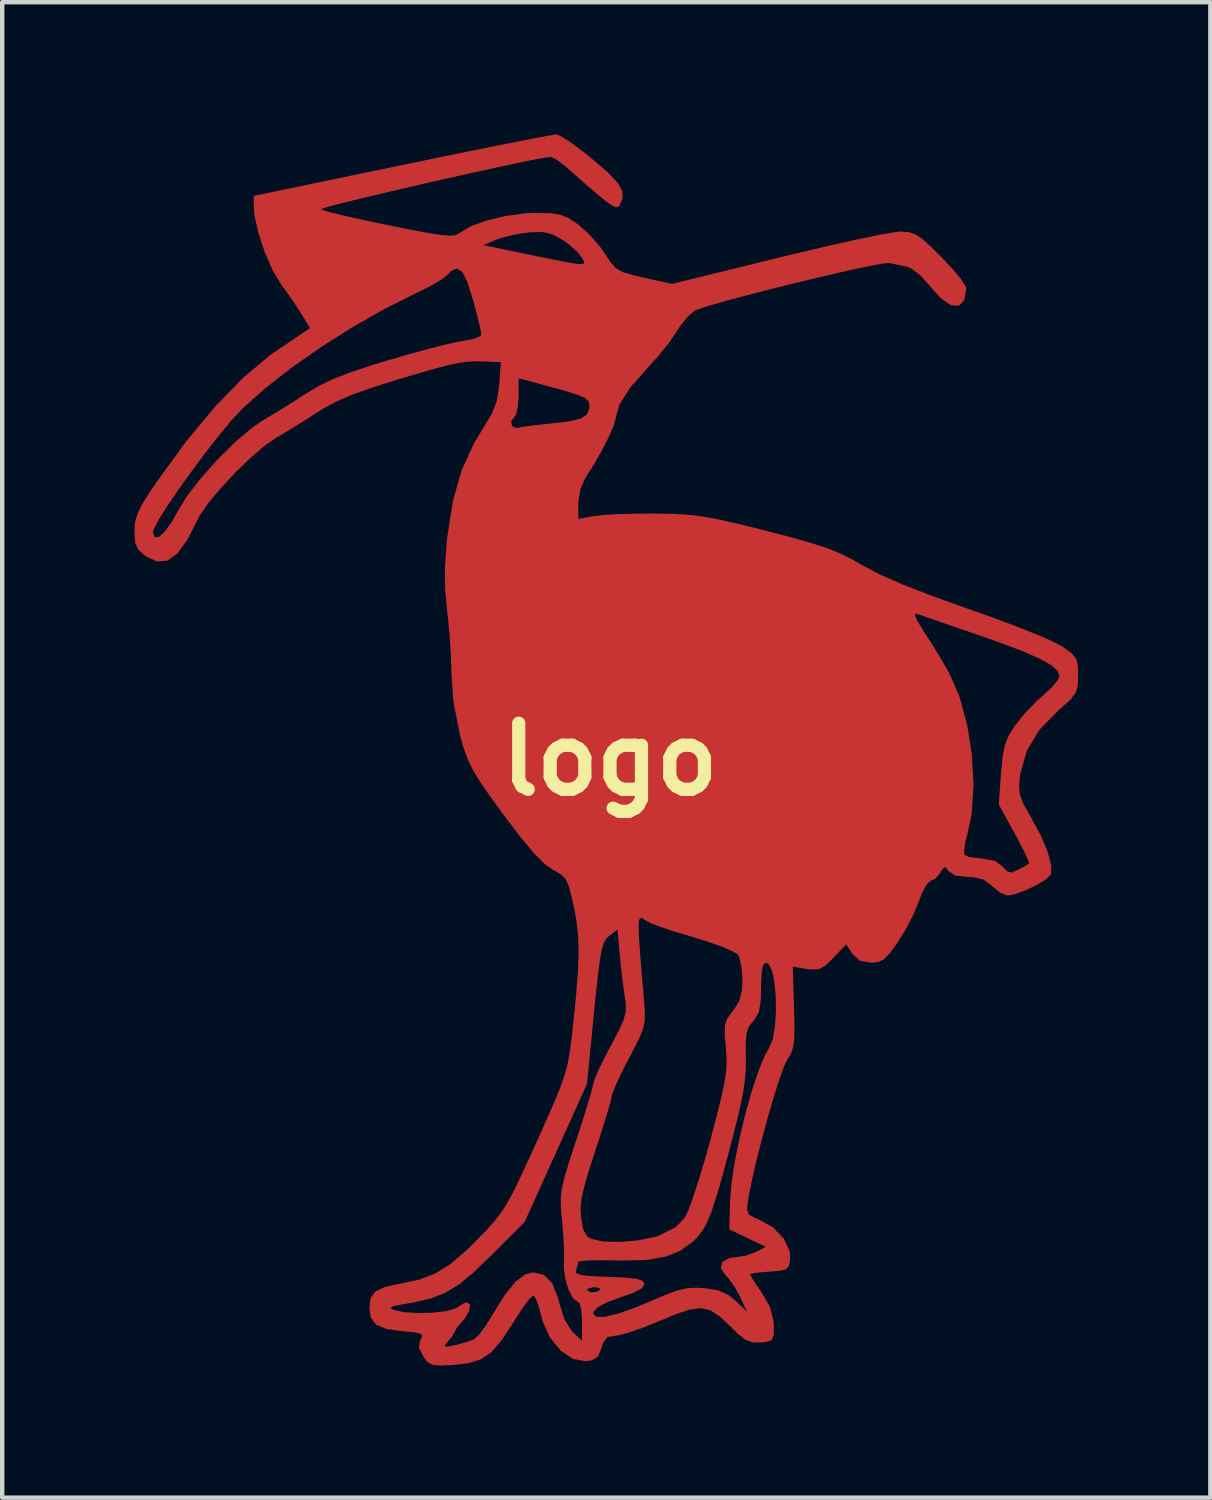
<source format=kicad_pcb>
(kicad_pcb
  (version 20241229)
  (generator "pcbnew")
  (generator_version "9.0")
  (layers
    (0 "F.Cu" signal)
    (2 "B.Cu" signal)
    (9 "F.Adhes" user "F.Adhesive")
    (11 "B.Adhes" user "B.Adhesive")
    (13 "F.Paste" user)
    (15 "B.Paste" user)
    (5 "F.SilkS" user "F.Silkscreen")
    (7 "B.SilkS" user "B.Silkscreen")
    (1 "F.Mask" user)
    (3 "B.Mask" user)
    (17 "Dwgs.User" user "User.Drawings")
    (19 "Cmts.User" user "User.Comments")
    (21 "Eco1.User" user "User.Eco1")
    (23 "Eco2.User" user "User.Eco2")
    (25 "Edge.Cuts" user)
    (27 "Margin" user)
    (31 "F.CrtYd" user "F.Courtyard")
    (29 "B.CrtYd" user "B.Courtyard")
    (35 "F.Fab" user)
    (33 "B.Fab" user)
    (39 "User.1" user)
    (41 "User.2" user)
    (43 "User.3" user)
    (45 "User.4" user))
  (footprint "logo"
    (layer "F.Cu")
    (at 10.795 14.186)
    (property "Reference" "logo" (at 0 0 0) (layer "F.SilkS") (effects (font (size 1.5 1.5) (thickness 0.3))))
    (attr board_only exclude_from_pos_files exclude_from_bom)
    (fp_poly (pts (xy -1.09 -14.132) (xy -0.875 -13.991) (xy -0.599 -13.786) (xy -0.387 -13.615) (xy -0.041 -13.315) (xy 0.177 -13.084) (xy 0.281 -12.898) (xy 0.287 -12.733) (xy 0.217 -12.578) (xy 0.179 -12.539) (xy 0.123 -12.536) (xy 0.029 -12.582) (xy -0.121 -12.691) (xy -0.345 -12.876) (xy -0.661 -13.151) (xy -1.008 -13.456) (xy -1.19 -13.597) (xy -1.33 -13.671) (xy -1.35 -13.674) (xy -1.487 -13.656) (xy -1.756 -13.606) (xy -2.134 -13.529) (xy -2.595 -13.43) (xy -3.116 -13.316) (xy -3.672 -13.192) (xy -4.241 -13.063) (xy -4.797 -12.934) (xy -5.317 -12.812) (xy -5.776 -12.701) (xy -6.151 -12.608) (xy -6.417 -12.537) (xy -6.551 -12.494) (xy -6.562 -12.486) (xy -6.483 -12.454) (xy -6.264 -12.396) (xy -5.932 -12.317) (xy -5.511 -12.224) (xy -5.059 -12.13) (xy -4.515 -12.021) (xy -4.112 -11.946) (xy -3.827 -11.902) (xy -3.636 -11.887) (xy -3.514 -11.897) (xy -3.439 -11.931) (xy -3.423 -11.944) (xy -3.174 -12.095) (xy -2.808 -12.23) (xy -2.374 -12.334) (xy -1.925 -12.394) (xy -1.693 -12.404) (xy -1.355 -12.396) (xy -1.122 -12.36) (xy -0.931 -12.28) (xy -0.725 -12.144) (xy -0.464 -11.911) (xy -0.211 -11.617) (xy -0.115 -11.479) (xy 0.022 -11.271) (xy 0.146 -11.139) (xy 0.307 -11.053) (xy 0.554 -10.983) (xy 0.774 -10.933) (xy 1.411 -10.793) (xy 3.824 -11.387) (xy 4.456 -11.539) (xy 5.051 -11.677) (xy 5.584 -11.796) (xy 6.031 -11.889) (xy 6.368 -11.952) (xy 6.57 -11.98) (xy 6.592 -11.98) (xy 6.769 -11.97) (xy 6.918 -11.925) (xy 7.078 -11.822) (xy 7.284 -11.637) (xy 7.516 -11.407) (xy 7.764 -11.144) (xy 7.957 -10.912) (xy 8.068 -10.745) (xy 8.086 -10.694) (xy 8.042 -10.425) (xy 7.921 -10.296) (xy 7.739 -10.309) (xy 7.512 -10.462) (xy 7.289 -10.711) (xy 7.048 -10.983) (xy 6.828 -11.149) (xy 6.742 -11.182) (xy 6.493 -11.234) (xy 6.33 -11.267) (xy 6.202 -11.257) (xy 5.938 -11.209) (xy 5.566 -11.131) (xy 5.113 -11.029) (xy 4.607 -10.91) (xy 4.075 -10.781) (xy 3.547 -10.648) (xy 3.048 -10.519) (xy 2.606 -10.4) (xy 2.25 -10.298) (xy 2.007 -10.22) (xy 1.926 -10.187) (xy 1.771 -10.057) (xy 1.595 -9.839) (xy 1.517 -9.718) (xy 1.346 -9.467) (xy 1.104 -9.164) (xy 0.843 -8.875) (xy 0.84 -8.872) (xy 0.452 -8.43) (xy 0.216 -8.06) (xy 0.128 -7.758) (xy 0.127 -7.733) (xy 0.085 -7.577) (xy -0.027 -7.321) (xy -0.187 -7.008) (xy -0.373 -6.681) (xy -0.563 -6.383) (xy -0.565 -6.379) (xy -0.673 -6.13) (xy -0.719 -5.827) (xy -0.72 -5.807) (xy -0.72 -5.459) (xy -0.36 -5.524) (xy -0.13 -5.549) (xy 0.219 -5.568) (xy 0.638 -5.579) (xy 1.016 -5.58) (xy 1.402 -5.574) (xy 1.733 -5.556) (xy 2.048 -5.521) (xy 2.388 -5.462) (xy 2.794 -5.374) (xy 3.306 -5.249) (xy 3.556 -5.185) (xy 4.137 -5.034) (xy 4.586 -4.906) (xy 4.938 -4.791) (xy 5.227 -4.674) (xy 5.487 -4.546) (xy 5.715 -4.414) (xy 6.117 -4.201) (xy 6.666 -3.96) (xy 7.369 -3.688) (xy 8.128 -3.418) (xy 8.671 -3.226) (xy 9.181 -3.035) (xy 9.629 -2.858) (xy 9.985 -2.706) (xy 10.219 -2.591) (xy 10.266 -2.563) (xy 10.48 -2.407) (xy 10.586 -2.271) (xy 10.622 -2.086) (xy 10.626 -1.906) (xy 10.617 -1.676) (xy 10.571 -1.513) (xy 10.459 -1.364) (xy 10.249 -1.174) (xy 10.194 -1.128) (xy 9.749 -0.677) (xy 9.459 -0.198) (xy 9.312 0.33) (xy 9.308 0.358) (xy 9.284 0.608) (xy 9.303 0.803) (xy 9.381 1.005) (xy 9.534 1.279) (xy 9.553 1.312) (xy 9.782 1.736) (xy 9.94 2.117) (xy 10.017 2.423) (xy 10.007 2.612) (xy 9.903 2.717) (xy 9.695 2.845) (xy 9.438 2.968) (xy 9.19 3.059) (xy 9.021 3.09) (xy 8.868 3.032) (xy 8.69 2.891) (xy 8.678 2.879) (xy 8.48 2.727) (xy 8.226 2.67) (xy 8.117 2.667) (xy 7.831 2.635) (xy 7.682 2.535) (xy 7.677 2.526) (xy 7.609 2.44) (xy 7.544 2.492) (xy 7.5 2.569) (xy 7.381 2.71) (xy 7.285 2.752) (xy 7.194 2.827) (xy 7.087 3.023) (xy 7.021 3.196) (xy 6.891 3.511) (xy 6.704 3.871) (xy 6.546 4.127) (xy 6.36 4.388) (xy 6.221 4.535) (xy 6.087 4.6) (xy 5.925 4.614) (xy 5.674 4.571) (xy 5.505 4.417) (xy 5.497 4.405) (xy 5.36 4.196) (xy 5.073 4.501) (xy 4.883 4.684) (xy 4.731 4.764) (xy 4.55 4.766) (xy 4.467 4.755) (xy 4.149 4.704) (xy 4.177 5.63) (xy 4.187 6.048) (xy 4.182 6.335) (xy 4.158 6.531) (xy 4.109 6.674) (xy 4.031 6.802) (xy 4.025 6.811) (xy 3.947 6.973) (xy 3.842 7.266) (xy 3.718 7.657) (xy 3.585 8.112) (xy 3.453 8.598) (xy 3.33 9.08) (xy 3.226 9.526) (xy 3.15 9.902) (xy 3.135 9.993) (xy 3.111 10.214) (xy 3.152 10.332) (xy 3.292 10.41) (xy 3.378 10.442) (xy 3.698 10.62) (xy 3.942 10.874) (xy 4.076 11.162) (xy 4.09 11.336) (xy 4.064 11.49) (xy 3.998 11.571) (xy 3.844 11.608) (xy 3.619 11.625) (xy 3.371 11.645) (xy 3.21 11.67) (xy 3.175 11.686) (xy 3.22 11.769) (xy 3.335 11.945) (xy 3.443 12.101) (xy 3.638 12.444) (xy 3.714 12.772) (xy 3.718 12.844) (xy 3.715 13.072) (xy 3.667 13.181) (xy 3.537 13.222) (xy 3.42 13.234) (xy 3.232 13.231) (xy 3.072 13.17) (xy 2.887 13.022) (xy 2.742 12.88) (xy 2.493 12.644) (xy 2.278 12.503) (xy 2.058 12.453) (xy 1.793 12.49) (xy 1.445 12.611) (xy 1.144 12.737) (xy 0.783 12.884) (xy 0.455 13) (xy 0.207 13.068) (xy 0.115 13.081) (xy -0.06 13.111) (xy -0.155 13.235) (xy -0.193 13.356) (xy -0.272 13.553) (xy -0.413 13.638) (xy -0.545 13.659) (xy -0.84 13.608) (xy -1.122 13.418) (xy -1.363 13.12) (xy -1.532 12.744) (xy -1.57 12.596) (xy -1.636 12.352) (xy -1.708 12.199) (xy -1.753 12.17) (xy -1.836 12.252) (xy -1.977 12.443) (xy -2.15 12.706) (xy -2.198 12.785) (xy -2.459 13.182) (xy -2.69 13.45) (xy -2.931 13.616) (xy -3.218 13.705) (xy -3.549 13.743) (xy -3.847 13.756) (xy -4.026 13.741) (xy -4.137 13.682) (xy -4.229 13.565) (xy -4.24 13.548) (xy -4.336 13.353) (xy -4.316 13.203) (xy -4.296 13.167) (xy -4.259 13.082) (xy -4.303 13.031) (xy -4.459 13) (xy -4.697 12.98) (xy -5.075 12.928) (xy -5.312 12.828) (xy -5.432 12.661) (xy -5.461 12.447) (xy -4.983 12.447) (xy -4.917 12.492) (xy -4.911 12.494) (xy -4.68 12.545) (xy -4.365 12.566) (xy -4.027 12.557) (xy -3.722 12.523) (xy -3.511 12.464) (xy -3.476 12.443) (xy -3.323 12.347) (xy -3.243 12.319) (xy -3.176 12.378) (xy -3.198 12.518) (xy -3.295 12.687) (xy -3.344 12.742) (xy -3.468 12.884) (xy -3.514 12.968) (xy -3.564 13.068) (xy -3.662 13.191) (xy -3.75 13.298) (xy -3.727 13.33) (xy -3.57 13.305) (xy -3.514 13.293) (xy -3.272 13.23) (xy -3.087 13.162) (xy -3.078 13.158) (xy -2.964 13.048) (xy -2.81 12.838) (xy -2.685 12.634) (xy -2.399 12.169) (xy -2.147 11.857) (xy -1.92 11.685) (xy -1.741 11.642) (xy -1.493 11.703) (xy -1.308 11.896) (xy -1.174 12.237) (xy -1.141 12.376) (xy -1.03 12.715) (xy -0.872 12.97) (xy -0.842 13.001) (xy -0.635 13.195) (xy -0.635 12.757) (xy -0.649 12.511) (xy -0.686 12.352) (xy -0.717 12.319) (xy -0.831 12.243) (xy -0.93 12.061) (xy -0.51 12.061) (xy -0.413 12.099) (xy -0.28 12.078) (xy -0.212 12.015) (xy -0.212 12.014) (xy -0.283 11.987) (xy -0.386 11.98) (xy -0.504 12.012) (xy -0.51 12.061) (xy -0.93 12.061) (xy -0.936 12.05) (xy -1.015 11.792) (xy -1.032 11.652) (xy -0.771 11.652) (xy -0.697 11.693) (xy -0.522 11.72) (xy -0.218 11.738) (xy -0.03 11.744) (xy 0.358 11.762) (xy 0.604 11.79) (xy 0.737 11.833) (xy 0.783 11.896) (xy 0.73 11.998) (xy 0.525 12.107) (xy 0.319 12.181) (xy -0.054 12.315) (xy -0.279 12.433) (xy -0.375 12.544) (xy -0.381 12.583) (xy -0.31 12.654) (xy -0.109 12.649) (xy 0.202 12.573) (xy 0.602 12.431) (xy 0.89 12.309) (xy 1.273 12.146) (xy 1.553 12.046) (xy 1.779 11.998) (xy 1.998 11.991) (xy 2.13 11.999) (xy 2.457 12.05) (xy 2.694 12.159) (xy 2.846 12.284) (xy 3.105 12.531) (xy 2.95 12.192) (xy 2.814 11.947) (xy 2.669 11.754) (xy 2.632 11.718) (xy 2.516 11.551) (xy 2.55 11.403) (xy 2.715 11.314) (xy 2.824 11.303) (xy 3.088 11.262) (xy 3.303 11.183) (xy 3.535 11.062) (xy 3.122 10.865) (xy 2.709 10.668) (xy 2.724 10.033) (xy 2.756 9.624) (xy 2.832 9.129) (xy 2.942 8.587) (xy 3.075 8.035) (xy 3.223 7.512) (xy 3.375 7.056) (xy 3.521 6.704) (xy 3.61 6.549) (xy 3.692 6.351) (xy 3.743 6.062) (xy 3.766 5.722) (xy 3.761 5.369) (xy 3.73 5.044) (xy 3.674 4.787) (xy 3.595 4.637) (xy 3.544 4.614) (xy 3.479 4.662) (xy 3.442 4.824) (xy 3.429 5.125) (xy 3.429 5.18) (xy 3.418 5.513) (xy 3.378 5.731) (xy 3.295 5.885) (xy 3.247 5.941) (xy 3.151 6.067) (xy 3.098 6.22) (xy 3.079 6.45) (xy 3.083 6.763) (xy 3.082 7.036) (xy 3.058 7.317) (xy 3.007 7.639) (xy 2.92 8.037) (xy 2.793 8.546) (xy 2.716 8.84) (xy 2.555 9.439) (xy 2.422 9.899) (xy 2.311 10.243) (xy 2.209 10.497) (xy 2.108 10.683) (xy 1.999 10.828) (xy 1.892 10.936) (xy 1.601 11.149) (xy 1.255 11.288) (xy 0.819 11.361) (xy 0.26 11.375) (xy 0.135 11.372) (xy -0.222 11.366) (xy -0.506 11.371) (xy -0.681 11.386) (xy -0.72 11.402) (xy -0.747 11.523) (xy -0.77 11.589) (xy -0.771 11.652) (xy -1.032 11.652) (xy -1.048 11.52) (xy -1.046 11.443) (xy -1.042 11.178) (xy -1.058 10.823) (xy -1.089 10.456) (xy -1.113 10.207) (xy -0.668 10.207) (xy -0.658 10.4) (xy -0.606 10.676) (xy -0.519 10.828) (xy -0.433 10.881) (xy -0.154 10.941) (xy 0.222 10.952) (xy 0.632 10.917) (xy 1.01 10.84) (xy 1.099 10.812) (xy 1.484 10.621) (xy 1.698 10.401) (xy 1.778 10.234) (xy 1.887 9.935) (xy 2.018 9.536) (xy 2.157 9.069) (xy 2.281 8.624) (xy 2.426 8.074) (xy 2.53 7.656) (xy 2.598 7.337) (xy 2.635 7.085) (xy 2.647 6.87) (xy 2.639 6.659) (xy 2.628 6.539) (xy 2.603 6.225) (xy 2.611 6.023) (xy 2.663 5.876) (xy 2.77 5.729) (xy 2.789 5.706) (xy 2.93 5.493) (xy 2.994 5.251) (xy 3.006 5.005) (xy 2.986 4.725) (xy 2.937 4.502) (xy 2.9 4.428) (xy 2.78 4.353) (xy 2.533 4.248) (xy 2.196 4.129) (xy 1.839 4.019) (xy 1.461 3.906) (xy 1.145 3.801) (xy 0.927 3.719) (xy 0.839 3.671) (xy 0.723 3.6) (xy 0.705 3.598) (xy 0.675 3.612) (xy 0.656 3.668) (xy 0.649 3.786) (xy 0.655 3.986) (xy 0.674 4.289) (xy 0.708 4.715) (xy 0.756 5.284) (xy 0.77 5.435) (xy 0.791 5.72) (xy 0.788 5.932) (xy 0.748 6.122) (xy 0.658 6.341) (xy 0.506 6.641) (xy 0.433 6.778) (xy 0.265 7.105) (xy 0.134 7.384) (xy 0.056 7.576) (xy 0.042 7.633) (xy 0.017 7.754) (xy -0.054 8.003) (xy -0.16 8.345) (xy -0.29 8.749) (xy -0.331 8.872) (xy -0.488 9.356) (xy -0.591 9.716) (xy -0.649 9.988) (xy -0.668 10.207) (xy -1.113 10.207) (xy -1.113 10.2) (xy -1.119 9.989) (xy -1.1 9.783) (xy -1.05 9.545) (xy -0.96 9.236) (xy -0.825 8.818) (xy -0.769 8.65) (xy -0.631 8.225) (xy -0.514 7.852) (xy -0.429 7.562) (xy -0.385 7.388) (xy -0.381 7.358) (xy -0.343 7.235) (xy -0.239 7.003) (xy -0.089 6.702) (xy 0.011 6.513) (xy 0.192 6.169) (xy 0.303 5.928) (xy 0.354 5.746) (xy 0.361 5.577) (xy 0.336 5.392) (xy 0.293 5.087) (xy 0.248 4.709) (xy 0.22 4.428) (xy 0.169 3.861) (xy -0.018 4.005) (xy -0.085 4.068) (xy -0.138 4.161) (xy -0.184 4.305) (xy -0.225 4.527) (xy -0.269 4.85) (xy -0.318 5.297) (xy -0.364 5.757) (xy -0.523 7.366) (xy -1.23 8.932) (xy -1.937 10.499) (xy -2.707 11.269) (xy -3.101 11.648) (xy -3.431 11.92) (xy -3.741 12.108) (xy -4.072 12.236) (xy -4.469 12.328) (xy -4.699 12.367) (xy -4.917 12.409) (xy -4.983 12.447) (xy -5.461 12.447) (xy -5.461 12.446) (xy -5.431 12.222) (xy -5.321 12.072) (xy -5.101 11.971) (xy -4.763 11.899) (xy -4.335 11.808) (xy -3.977 11.674) (xy -3.644 11.47) (xy -3.29 11.172) (xy -3.013 10.899) (xy -2.791 10.67) (xy -2.614 10.471) (xy -2.463 10.274) (xy -2.321 10.049) (xy -2.171 9.769) (xy -1.995 9.404) (xy -1.776 8.925) (xy -1.664 8.678) (xy -1.425 8.146) (xy -1.245 7.733) (xy -1.114 7.409) (xy -1.022 7.138) (xy -0.957 6.887) (xy -0.91 6.623) (xy -0.87 6.312) (xy -0.841 6.054) (xy -0.771 5.369) (xy -0.728 4.82) (xy -0.713 4.376) (xy -0.723 4.005) (xy -0.76 3.676) (xy -0.796 3.471) (xy -0.875 3.102) (xy -0.94 2.862) (xy -1.012 2.711) (xy -1.11 2.612) (xy -1.254 2.528) (xy -1.3 2.504) (xy -1.485 2.372) (xy -1.722 2.134) (xy -2.02 1.777) (xy -2.393 1.288) (xy -2.412 1.263) (xy -2.723 0.836) (xy -2.949 0.508) (xy -3.111 0.242) (xy -3.227 0.003) (xy -3.318 -0.245) (xy -3.401 -0.536) (xy -3.404 -0.544) (xy -3.555 -1.315) (xy -3.598 -1.942) (xy -3.61 -2.362) (xy -3.643 -2.853) (xy -3.685 -3.279) (xy 6.917 -3.279) (xy 6.981 -3.134) (xy 7.115 -2.916) (xy 7.326 -2.589) (xy 7.555 -2.21) (xy 7.701 -1.955) (xy 7.933 -1.419) (xy 8.106 -0.782) (xy 8.214 -0.095) (xy 8.251 0.59) (xy 8.211 1.222) (xy 8.124 1.638) (xy 8.06 1.898) (xy 8.035 2.094) (xy 8.044 2.161) (xy 8.155 2.215) (xy 8.364 2.243) (xy 8.416 2.244) (xy 8.738 2.304) (xy 8.89 2.413) (xy 9.019 2.545) (xy 9.117 2.569) (xy 9.27 2.501) (xy 9.298 2.486) (xy 9.451 2.403) (xy 9.514 2.363) (xy 9.49 2.283) (xy 9.399 2.089) (xy 9.26 1.819) (xy 9.185 1.681) (xy 8.825 1.025) (xy 8.874 0.322) (xy 8.91 -0.058) (xy 8.963 -0.327) (xy 9.051 -0.544) (xy 9.183 -0.757) (xy 9.407 -1.037) (xy 9.686 -1.324) (xy 9.822 -1.444) (xy 10.029 -1.636) (xy 10.166 -1.807) (xy 10.201 -1.894) (xy 10.156 -2.013) (xy 10.012 -2.141) (xy 9.756 -2.285) (xy 9.374 -2.453) (xy 8.853 -2.65) (xy 8.361 -2.823) (xy 7.914 -2.976) (xy 7.518 -3.113) (xy 7.203 -3.222) (xy 6.999 -3.293) (xy 6.942 -3.314) (xy 6.917 -3.279) (xy -3.685 -3.279) (xy -3.689 -3.316) (xy -3.696 -3.371) (xy -3.742 -3.859) (xy -3.748 -4.33) (xy -3.712 -4.863) (xy -3.692 -5.056) (xy -3.566 -5.863) (xy -3.369 -6.555) (xy -3.086 -7.176) (xy -2.87 -7.532) (xy -2.783 -7.677) (xy -2.243 -7.677) (xy -2.225 -7.563) (xy -2.123 -7.52) (xy -2.095 -7.525) (xy -1.941 -7.554) (xy -1.674 -7.589) (xy -1.347 -7.623) (xy -1.312 -7.627) (xy -0.918 -7.673) (xy -0.664 -7.736) (xy -0.524 -7.828) (xy -0.47 -7.964) (xy -0.466 -8.034) (xy -0.485 -8.124) (xy -0.563 -8.199) (xy -0.729 -8.274) (xy -1.012 -8.363) (xy -1.27 -8.434) (xy -2.074 -8.652) (xy -2.074 -8.247) (xy -2.091 -7.998) (xy -2.132 -7.827) (xy -2.159 -7.789) (xy -2.243 -7.677) (xy -2.783 -7.677) (xy -2.675 -7.859) (xy -2.567 -8.147) (xy -2.517 -8.476) (xy -2.514 -8.515) (xy -2.477 -9.017) (xy -2.805 -9.03) (xy -3.023 -9.036) (xy -3.22 -9.028) (xy -3.427 -9.001) (xy -3.676 -8.948) (xy -4.001 -8.862) (xy -4.432 -8.737) (xy -4.813 -8.624) (xy -5.401 -8.439) (xy -5.86 -8.275) (xy -6.225 -8.116) (xy -6.533 -7.948) (xy -6.646 -7.877) (xy -6.977 -7.664) (xy -7.314 -7.455) (xy -7.582 -7.298) (xy -7.843 -7.116) (xy -8.161 -6.842) (xy -8.501 -6.513) (xy -8.827 -6.165) (xy -9.104 -5.835) (xy -9.297 -5.559) (xy -9.343 -5.473) (xy -9.587 -4.995) (xy -9.818 -4.676) (xy -10.046 -4.511) (xy -10.282 -4.492) (xy -10.536 -4.611) (xy -10.545 -4.617) (xy -10.706 -4.759) (xy -10.779 -4.926) (xy -10.794 -5.167) (xy -10.372 -5.167) (xy -10.335 -5.044) (xy -10.236 -5.052) (xy -10.097 -5.178) (xy -9.938 -5.403) (xy -9.826 -5.607) (xy -9.608 -5.966) (xy -9.29 -6.378) (xy -8.912 -6.802) (xy -8.512 -7.198) (xy -8.128 -7.525) (xy -7.841 -7.719) (xy -7.568 -7.88) (xy -7.229 -8.091) (xy -6.9 -8.302) (xy -6.616 -8.473) (xy -6.294 -8.629) (xy -5.897 -8.783) (xy -5.392 -8.951) (xy -5.038 -9.059) (xy -4.558 -9.198) (xy -4.102 -9.322) (xy -3.71 -9.421) (xy -3.42 -9.484) (xy -3.323 -9.5) (xy -3.089 -9.546) (xy -2.943 -9.609) (xy -2.92 -9.643) (xy -2.941 -9.763) (xy -2.997 -10.002) (xy -3.078 -10.316) (xy -3.11 -10.435) (xy -3.233 -10.825) (xy -3.349 -11.058) (xy -3.468 -11.142) (xy -3.601 -11.089) (xy -3.694 -10.993) (xy -3.825 -10.89) (xy -4.064 -10.75) (xy -4.361 -10.6) (xy -4.403 -10.581) (xy -5.105 -10.231) (xy -5.829 -9.82) (xy -6.543 -9.368) (xy -7.217 -8.898) (xy -7.818 -8.43) (xy -8.316 -7.987) (xy -8.604 -7.682) (xy -8.903 -7.317) (xy -9.216 -6.916) (xy -9.523 -6.502) (xy -9.809 -6.103) (xy -10.053 -5.743) (xy -10.239 -5.447) (xy -10.349 -5.241) (xy -10.372 -5.167) (xy -10.794 -5.167) (xy -10.795 -5.177) (xy -10.782 -5.374) (xy -10.73 -5.563) (xy -10.622 -5.783) (xy -10.44 -6.075) (xy -10.292 -6.293) (xy -9.625 -7.211) (xy -8.965 -8.005) (xy -8.325 -8.663) (xy -7.716 -9.173) (xy -7.56 -9.283) (xy -6.808 -9.789) (xy -6.997 -10.101) (xy -7.165 -10.36) (xy -7.373 -10.658) (xy -7.467 -10.786) (xy -7.657 -11.103) (xy -7.836 -11.512) (xy -7.889 -11.672) (xy -2.877 -11.672) (xy -1.82 -11.454) (xy -1.33 -11.354) (xy -0.985 -11.285) (xy -0.76 -11.247) (xy -0.635 -11.239) (xy -0.587 -11.258) (xy -0.592 -11.306) (xy -0.63 -11.378) (xy -0.636 -11.389) (xy -0.761 -11.539) (xy -0.968 -11.715) (xy -1.061 -11.78) (xy -1.299 -11.916) (xy -1.52 -11.97) (xy -1.812 -11.964) (xy -1.84 -11.961) (xy -2.165 -11.912) (xy -2.474 -11.835) (xy -2.582 -11.797) (xy -2.877 -11.672) (xy -7.889 -11.672) (xy -7.981 -11.948) (xy -8.069 -12.346) (xy -8.086 -12.542) (xy -8.086 -12.79) (xy -4.72 -13.49) (xy -3.985 -13.642) (xy -3.298 -13.782) (xy -2.678 -13.908) (xy -2.143 -14.014) (xy -1.712 -14.098) (xy -1.403 -14.156) (xy -1.235 -14.183) (xy -1.212 -14.186)) (stroke (width 0) (type solid)) (fill yes) (layer "F.Cu")))
  (gr_rect
    (start -3 -3)
    (end 24.421 30.942)
    (stroke (width 0.1) (type default))
    (fill no)
    (layer "Edge.Cuts")))
</source>
